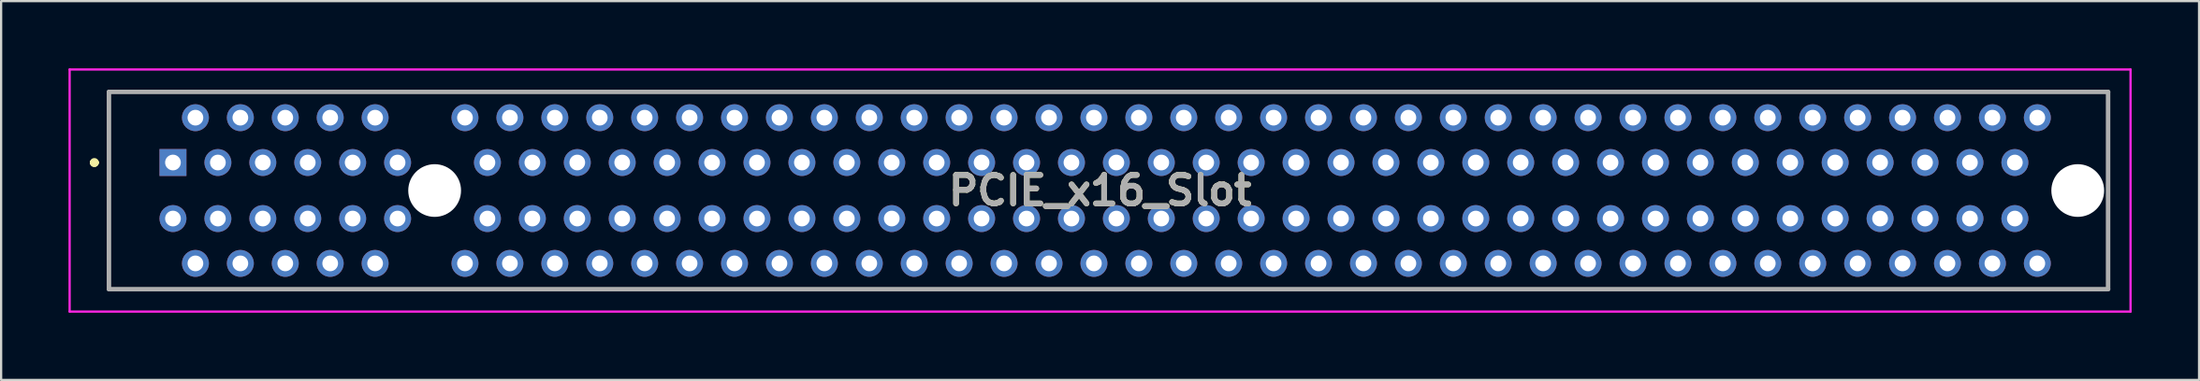
<source format=kicad_pcb>
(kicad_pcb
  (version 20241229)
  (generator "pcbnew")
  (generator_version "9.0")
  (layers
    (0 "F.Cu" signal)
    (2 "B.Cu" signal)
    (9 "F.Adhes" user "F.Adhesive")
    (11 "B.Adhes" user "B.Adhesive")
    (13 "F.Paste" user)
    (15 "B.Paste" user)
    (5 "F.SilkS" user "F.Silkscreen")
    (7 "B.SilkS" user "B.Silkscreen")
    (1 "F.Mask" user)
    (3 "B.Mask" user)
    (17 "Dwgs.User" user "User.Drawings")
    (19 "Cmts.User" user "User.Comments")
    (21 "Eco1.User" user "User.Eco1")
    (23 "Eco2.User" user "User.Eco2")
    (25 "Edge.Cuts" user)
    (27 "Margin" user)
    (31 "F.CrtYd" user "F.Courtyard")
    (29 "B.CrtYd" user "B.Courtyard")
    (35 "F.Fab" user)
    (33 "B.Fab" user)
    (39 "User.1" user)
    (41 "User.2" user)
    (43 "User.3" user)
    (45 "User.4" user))
  (footprint "PCIE_x16_Slot"
    (layer "F.Cu")
    (at 4.65 4.2)
    (property "Reference" "PCIE_x16_Slot" (at 41.275 1.25 0) (layer "F.SilkS") (effects (font (size 1.27 1.27) (thickness 0.254))))
    (attr through_hole)
    (fp_line (start -3.6 0) (end -3.6 0) (stroke (width 0.2) (type solid)) (layer "F.SilkS"))
    (fp_line (start -3.6 0) (end -3.6 0) (stroke (width 0.2) (type solid)) (layer "F.SilkS"))
    (fp_line (start -3.4 0) (end -3.4 0) (stroke (width 0.2) (type solid)) (layer "F.SilkS"))
    (fp_line (start -2.85 -3.15) (end -2.85 -3.15) (stroke (width 0.1) (type solid)) (layer "F.SilkS"))
    (fp_line (start -2.85 -3.15) (end -2.85 -3.15) (stroke (width 0.1) (type solid)) (layer "F.SilkS"))
    (fp_line (start -2.85 -3.15) (end -2.85 5.65) (stroke (width 0.1) (type solid)) (layer "F.SilkS"))
    (fp_line (start -2.85 -3.15) (end 86.15 -3.15) (stroke (width 0.1) (type solid)) (layer "F.SilkS"))
    (fp_line (start -2.85 5.65) (end -2.85 -3.15) (stroke (width 0.1) (type solid)) (layer "F.SilkS"))
    (fp_line (start -2.85 5.65) (end -2.85 5.65) (stroke (width 0.1) (type solid)) (layer "F.SilkS"))
    (fp_line (start -2.85 5.65) (end -2.85 5.65) (stroke (width 0.1) (type solid)) (layer "F.SilkS"))
    (fp_line (start -2.85 5.65) (end 86.15 5.65) (stroke (width 0.1) (type solid)) (layer "F.SilkS"))
    (fp_line (start 86.15 -3.15) (end -2.85 -3.15) (stroke (width 0.1) (type solid)) (layer "F.SilkS"))
    (fp_line (start 86.15 -3.15) (end 86.15 -3.15) (stroke (width 0.1) (type solid)) (layer "F.SilkS"))
    (fp_line (start 86.15 -3.15) (end 86.15 -3.15) (stroke (width 0.1) (type solid)) (layer "F.SilkS"))
    (fp_line (start 86.15 -3.15) (end 86.15 0.25) (stroke (width 0.1) (type solid)) (layer "F.SilkS"))
    (fp_line (start 86.15 0.25) (end 86.15 -3.15) (stroke (width 0.1) (type solid)) (layer "F.SilkS"))
    (fp_line (start 86.15 0.25) (end 86.15 0.25) (stroke (width 0.1) (type solid)) (layer "F.SilkS"))
    (fp_line (start 86.15 2.25) (end 86.15 2.25) (stroke (width 0.1) (type solid)) (layer "F.SilkS"))
    (fp_line (start 86.15 2.25) (end 86.15 5.65) (stroke (width 0.1) (type solid)) (layer "F.SilkS"))
    (fp_line (start 86.15 5.65) (end -2.85 5.65) (stroke (width 0.1) (type solid)) (layer "F.SilkS"))
    (fp_line (start 86.15 5.65) (end 86.15 2.25) (stroke (width 0.1) (type solid)) (layer "F.SilkS"))
    (fp_line (start 86.15 5.65) (end 86.15 5.65) (stroke (width 0.1) (type solid)) (layer "F.SilkS"))
    (fp_line (start 86.15 5.65) (end 86.15 5.65) (stroke (width 0.1) (type solid)) (layer "F.SilkS"))
    (fp_arc (start -3.6 0) (mid -3.5 -0.1) (end -3.4 0) (stroke (width 0.2) (type solid)) (layer "F.SilkS"))
    (fp_arc (start -3.4 0) (mid -3.5 0.1) (end -3.6 0) (stroke (width 0.2) (type solid)) (layer "F.SilkS"))
    (fp_arc (start -3.4 0) (mid -3.5 0.1) (end -3.6 0) (stroke (width 0.2) (type solid)) (layer "F.SilkS"))
    (fp_line (start -4.6 -4.15) (end 87.15 -4.15) (stroke (width 0.1) (type solid)) (layer "F.CrtYd"))
    (fp_line (start -4.6 6.65) (end -4.6 -4.15) (stroke (width 0.1) (type solid)) (layer "F.CrtYd"))
    (fp_line (start 87.15 -4.15) (end 87.15 6.65) (stroke (width 0.1) (type solid)) (layer "F.CrtYd"))
    (fp_line (start 87.15 6.65) (end -4.6 6.65) (stroke (width 0.1) (type solid)) (layer "F.CrtYd"))
    (fp_line (start -2.85 -3.15) (end -2.85 5.65) (stroke (width 0.2) (type solid)) (layer "F.Fab"))
    (fp_line (start -2.85 5.65) (end 86.15 5.65) (stroke (width 0.2) (type solid)) (layer "F.Fab"))
    (fp_line (start 86.15 -3.15) (end -2.85 -3.15) (stroke (width 0.2) (type solid)) (layer "F.Fab"))
    (fp_line (start 86.15 5.65) (end 86.15 -3.15) (stroke (width 0.2) (type solid)) (layer "F.Fab"))
    (fp_text user "${REFERENCE}" (at 41.275 1.25 0) (layer "F.Fab") (effects (font (size 1.27 1.27) (thickness 0.254))))
    (pad "" np_thru_hole circle (at 11.65 1.25) (size 2.35 2.35) (drill 2.35) (layers "*.Cu" "*.Mask"))
    (pad "" np_thru_hole circle (at 84.8 1.25) (size 2.35 2.35) (drill 2.35) (layers "*.Cu" "*.Mask"))
    (pad "A1" thru_hole rect (at 0 0) (size 1.2 1.2) (drill 0.7) (layers "*.Cu" "*.Mask"))
    (pad "A2" thru_hole circle (at 1 -2) (size 1.2 1.2) (drill 0.7) (layers "*.Cu" "*.Mask"))
    (pad "A3" thru_hole circle (at 2 0) (size 1.2 1.2) (drill 0.7) (layers "*.Cu" "*.Mask"))
    (pad "A4" thru_hole circle (at 3 -2) (size 1.2 1.2) (drill 0.7) (layers "*.Cu" "*.Mask"))
    (pad "A5" thru_hole circle (at 4 0) (size 1.2 1.2) (drill 0.7) (layers "*.Cu" "*.Mask"))
    (pad "A6" thru_hole circle (at 5 -2) (size 1.2 1.2) (drill 0.7) (layers "*.Cu" "*.Mask"))
    (pad "A7" thru_hole circle (at 6 0) (size 1.2 1.2) (drill 0.7) (layers "*.Cu" "*.Mask"))
    (pad "A8" thru_hole circle (at 7 -2) (size 1.2 1.2) (drill 0.7) (layers "*.Cu" "*.Mask"))
    (pad "A9" thru_hole circle (at 8 0) (size 1.2 1.2) (drill 0.7) (layers "*.Cu" "*.Mask"))
    (pad "A10" thru_hole circle (at 9 -2) (size 1.2 1.2) (drill 0.7) (layers "*.Cu" "*.Mask"))
    (pad "A11" thru_hole circle (at 10 0) (size 1.2 1.2) (drill 0.7) (layers "*.Cu" "*.Mask"))
    (pad "A12" thru_hole circle (at 13 -2) (size 1.2 1.2) (drill 0.7) (layers "*.Cu" "*.Mask"))
    (pad "A13" thru_hole circle (at 14 0) (size 1.2 1.2) (drill 0.7) (layers "*.Cu" "*.Mask"))
    (pad "A14" thru_hole circle (at 15 -2) (size 1.2 1.2) (drill 0.7) (layers "*.Cu" "*.Mask"))
    (pad "A15" thru_hole circle (at 16 0) (size 1.2 1.2) (drill 0.7) (layers "*.Cu" "*.Mask"))
    (pad "A16" thru_hole circle (at 17 -2) (size 1.2 1.2) (drill 0.7) (layers "*.Cu" "*.Mask"))
    (pad "A17" thru_hole circle (at 18 0) (size 1.2 1.2) (drill 0.7) (layers "*.Cu" "*.Mask"))
    (pad "A18" thru_hole circle (at 19 -2) (size 1.2 1.2) (drill 0.7) (layers "*.Cu" "*.Mask"))
    (pad "A19" thru_hole circle (at 20 0) (size 1.2 1.2) (drill 0.7) (layers "*.Cu" "*.Mask"))
    (pad "A20" thru_hole circle (at 21 -2) (size 1.2 1.2) (drill 0.7) (layers "*.Cu" "*.Mask"))
    (pad "A21" thru_hole circle (at 22 0) (size 1.2 1.2) (drill 0.7) (layers "*.Cu" "*.Mask"))
    (pad "A22" thru_hole circle (at 23 -2) (size 1.2 1.2) (drill 0.7) (layers "*.Cu" "*.Mask"))
    (pad "A23" thru_hole circle (at 24 0) (size 1.2 1.2) (drill 0.7) (layers "*.Cu" "*.Mask"))
    (pad "A24" thru_hole circle (at 25 -2) (size 1.2 1.2) (drill 0.7) (layers "*.Cu" "*.Mask"))
    (pad "A25" thru_hole circle (at 26 0) (size 1.2 1.2) (drill 0.7) (layers "*.Cu" "*.Mask"))
    (pad "A26" thru_hole circle (at 27 -2) (size 1.2 1.2) (drill 0.7) (layers "*.Cu" "*.Mask"))
    (pad "A27" thru_hole circle (at 28 0) (size 1.2 1.2) (drill 0.7) (layers "*.Cu" "*.Mask"))
    (pad "A28" thru_hole circle (at 29 -2) (size 1.2 1.2) (drill 0.7) (layers "*.Cu" "*.Mask"))
    (pad "A29" thru_hole circle (at 30 0) (size 1.2 1.2) (drill 0.7) (layers "*.Cu" "*.Mask"))
    (pad "A30" thru_hole circle (at 31 -2) (size 1.2 1.2) (drill 0.7) (layers "*.Cu" "*.Mask"))
    (pad "A31" thru_hole circle (at 32 0) (size 1.2 1.2) (drill 0.7) (layers "*.Cu" "*.Mask"))
    (pad "A32" thru_hole circle (at 33 -2) (size 1.2 1.2) (drill 0.7) (layers "*.Cu" "*.Mask"))
    (pad "A33" thru_hole circle (at 34 0) (size 1.2 1.2) (drill 0.7) (layers "*.Cu" "*.Mask"))
    (pad "A34" thru_hole circle (at 35 -2) (size 1.2 1.2) (drill 0.7) (layers "*.Cu" "*.Mask"))
    (pad "A35" thru_hole circle (at 36 0) (size 1.2 1.2) (drill 0.7) (layers "*.Cu" "*.Mask"))
    (pad "A36" thru_hole circle (at 37 -2) (size 1.2 1.2) (drill 0.7) (layers "*.Cu" "*.Mask"))
    (pad "A37" thru_hole circle (at 38 0) (size 1.2 1.2) (drill 0.7) (layers "*.Cu" "*.Mask"))
    (pad "A38" thru_hole circle (at 39 -2) (size 1.2 1.2) (drill 0.7) (layers "*.Cu" "*.Mask"))
    (pad "A39" thru_hole circle (at 40 0) (size 1.2 1.2) (drill 0.7) (layers "*.Cu" "*.Mask"))
    (pad "A40" thru_hole circle (at 41 -2) (size 1.2 1.2) (drill 0.7) (layers "*.Cu" "*.Mask"))
    (pad "A41" thru_hole circle (at 42 0) (size 1.2 1.2) (drill 0.7) (layers "*.Cu" "*.Mask"))
    (pad "A42" thru_hole circle (at 43 -2) (size 1.2 1.2) (drill 0.7) (layers "*.Cu" "*.Mask"))
    (pad "A43" thru_hole circle (at 44 0) (size 1.2 1.2) (drill 0.7) (layers "*.Cu" "*.Mask"))
    (pad "A44" thru_hole circle (at 45 -2) (size 1.2 1.2) (drill 0.7) (layers "*.Cu" "*.Mask"))
    (pad "A45" thru_hole circle (at 46 0) (size 1.2 1.2) (drill 0.7) (layers "*.Cu" "*.Mask"))
    (pad "A46" thru_hole circle (at 47 -2) (size 1.2 1.2) (drill 0.7) (layers "*.Cu" "*.Mask"))
    (pad "A47" thru_hole circle (at 48 0) (size 1.2 1.2) (drill 0.7) (layers "*.Cu" "*.Mask"))
    (pad "A48" thru_hole circle (at 49 -2) (size 1.2 1.2) (drill 0.7) (layers "*.Cu" "*.Mask"))
    (pad "A49" thru_hole circle (at 50 0) (size 1.2 1.2) (drill 0.7) (layers "*.Cu" "*.Mask"))
    (pad "A50" thru_hole circle (at 51 -2) (size 1.2 1.2) (drill 0.7) (layers "*.Cu" "*.Mask"))
    (pad "A51" thru_hole circle (at 52 0) (size 1.2 1.2) (drill 0.7) (layers "*.Cu" "*.Mask"))
    (pad "A52" thru_hole circle (at 53 -2) (size 1.2 1.2) (drill 0.7) (layers "*.Cu" "*.Mask"))
    (pad "A53" thru_hole circle (at 54 0) (size 1.2 1.2) (drill 0.7) (layers "*.Cu" "*.Mask"))
    (pad "A54" thru_hole circle (at 55 -2) (size 1.2 1.2) (drill 0.7) (layers "*.Cu" "*.Mask"))
    (pad "A55" thru_hole circle (at 56 0) (size 1.2 1.2) (drill 0.7) (layers "*.Cu" "*.Mask"))
    (pad "A56" thru_hole circle (at 57 -2) (size 1.2 1.2) (drill 0.7) (layers "*.Cu" "*.Mask"))
    (pad "A57" thru_hole circle (at 58 0) (size 1.2 1.2) (drill 0.7) (layers "*.Cu" "*.Mask"))
    (pad "A58" thru_hole circle (at 59 -2) (size 1.2 1.2) (drill 0.7) (layers "*.Cu" "*.Mask"))
    (pad "A59" thru_hole circle (at 60 0) (size 1.2 1.2) (drill 0.7) (layers "*.Cu" "*.Mask"))
    (pad "A60" thru_hole circle (at 61 -2) (size 1.2 1.2) (drill 0.7) (layers "*.Cu" "*.Mask"))
    (pad "A61" thru_hole circle (at 62 0) (size 1.2 1.2) (drill 0.7) (layers "*.Cu" "*.Mask"))
    (pad "A62" thru_hole circle (at 63 -2) (size 1.2 1.2) (drill 0.7) (layers "*.Cu" "*.Mask"))
    (pad "A63" thru_hole circle (at 64 0) (size 1.2 1.2) (drill 0.7) (layers "*.Cu" "*.Mask"))
    (pad "A64" thru_hole circle (at 65 -2) (size 1.2 1.2) (drill 0.7) (layers "*.Cu" "*.Mask"))
    (pad "A65" thru_hole circle (at 66 0) (size 1.2 1.2) (drill 0.7) (layers "*.Cu" "*.Mask"))
    (pad "A66" thru_hole circle (at 67 -2) (size 1.2 1.2) (drill 0.7) (layers "*.Cu" "*.Mask"))
    (pad "A67" thru_hole circle (at 68 0) (size 1.2 1.2) (drill 0.7) (layers "*.Cu" "*.Mask"))
    (pad "A68" thru_hole circle (at 69 -2) (size 1.2 1.2) (drill 0.7) (layers "*.Cu" "*.Mask"))
    (pad "A69" thru_hole circle (at 70 0) (size 1.2 1.2) (drill 0.7) (layers "*.Cu" "*.Mask"))
    (pad "A70" thru_hole circle (at 71 -2) (size 1.2 1.2) (drill 0.7) (layers "*.Cu" "*.Mask"))
    (pad "A71" thru_hole circle (at 72 0) (size 1.2 1.2) (drill 0.7) (layers "*.Cu" "*.Mask"))
    (pad "A72" thru_hole circle (at 73 -2) (size 1.2 1.2) (drill 0.7) (layers "*.Cu" "*.Mask"))
    (pad "A73" thru_hole circle (at 74 0) (size 1.2 1.2) (drill 0.7) (layers "*.Cu" "*.Mask"))
    (pad "A74" thru_hole circle (at 75 -2) (size 1.2 1.2) (drill 0.7) (layers "*.Cu" "*.Mask"))
    (pad "A75" thru_hole circle (at 76 0) (size 1.2 1.2) (drill 0.7) (layers "*.Cu" "*.Mask"))
    (pad "A76" thru_hole circle (at 77 -2) (size 1.2 1.2) (drill 0.7) (layers "*.Cu" "*.Mask"))
    (pad "A77" thru_hole circle (at 78 0) (size 1.2 1.2) (drill 0.7) (layers "*.Cu" "*.Mask"))
    (pad "A78" thru_hole circle (at 79 -2) (size 1.2 1.2) (drill 0.7) (layers "*.Cu" "*.Mask"))
    (pad "A79" thru_hole circle (at 80 0) (size 1.2 1.2) (drill 0.7) (layers "*.Cu" "*.Mask"))
    (pad "A80" thru_hole circle (at 81 -2) (size 1.2 1.2) (drill 0.7) (layers "*.Cu" "*.Mask"))
    (pad "A81" thru_hole circle (at 82 0) (size 1.2 1.2) (drill 0.7) (layers "*.Cu" "*.Mask"))
    (pad "A82" thru_hole circle (at 83 -2) (size 1.2 1.2) (drill 0.7) (layers "*.Cu" "*.Mask"))
    (pad "B1" thru_hole circle (at 0 2.5) (size 1.2 1.2) (drill 0.7) (layers "*.Cu" "*.Mask"))
    (pad "B2" thru_hole circle (at 1 4.5) (size 1.2 1.2) (drill 0.7) (layers "*.Cu" "*.Mask"))
    (pad "B3" thru_hole circle (at 2 2.5) (size 1.2 1.2) (drill 0.7) (layers "*.Cu" "*.Mask"))
    (pad "B4" thru_hole circle (at 3 4.5) (size 1.2 1.2) (drill 0.7) (layers "*.Cu" "*.Mask"))
    (pad "B5" thru_hole circle (at 4 2.5) (size 1.2 1.2) (drill 0.7) (layers "*.Cu" "*.Mask"))
    (pad "B6" thru_hole circle (at 5 4.5) (size 1.2 1.2) (drill 0.7) (layers "*.Cu" "*.Mask"))
    (pad "B7" thru_hole circle (at 6 2.5) (size 1.2 1.2) (drill 0.7) (layers "*.Cu" "*.Mask"))
    (pad "B8" thru_hole circle (at 7 4.5) (size 1.2 1.2) (drill 0.7) (layers "*.Cu" "*.Mask"))
    (pad "B9" thru_hole circle (at 8 2.5) (size 1.2 1.2) (drill 0.7) (layers "*.Cu" "*.Mask"))
    (pad "B10" thru_hole circle (at 9 4.5) (size 1.2 1.2) (drill 0.7) (layers "*.Cu" "*.Mask"))
    (pad "B11" thru_hole circle (at 10 2.5) (size 1.2 1.2) (drill 0.7) (layers "*.Cu" "*.Mask"))
    (pad "B12" thru_hole circle (at 13 4.5) (size 1.2 1.2) (drill 0.7) (layers "*.Cu" "*.Mask"))
    (pad "B13" thru_hole circle (at 14 2.5) (size 1.2 1.2) (drill 0.7) (layers "*.Cu" "*.Mask"))
    (pad "B14" thru_hole circle (at 15 4.5) (size 1.2 1.2) (drill 0.7) (layers "*.Cu" "*.Mask"))
    (pad "B15" thru_hole circle (at 16 2.5) (size 1.2 1.2) (drill 0.7) (layers "*.Cu" "*.Mask"))
    (pad "B16" thru_hole circle (at 17 4.5) (size 1.2 1.2) (drill 0.7) (layers "*.Cu" "*.Mask"))
    (pad "B17" thru_hole circle (at 18 2.5) (size 1.2 1.2) (drill 0.7) (layers "*.Cu" "*.Mask"))
    (pad "B18" thru_hole circle (at 19 4.5) (size 1.2 1.2) (drill 0.7) (layers "*.Cu" "*.Mask"))
    (pad "B19" thru_hole circle (at 20 2.5) (size 1.2 1.2) (drill 0.7) (layers "*.Cu" "*.Mask"))
    (pad "B20" thru_hole circle (at 21 4.5) (size 1.2 1.2) (drill 0.7) (layers "*.Cu" "*.Mask"))
    (pad "B21" thru_hole circle (at 22 2.5) (size 1.2 1.2) (drill 0.7) (layers "*.Cu" "*.Mask"))
    (pad "B22" thru_hole circle (at 23 4.5) (size 1.2 1.2) (drill 0.7) (layers "*.Cu" "*.Mask"))
    (pad "B23" thru_hole circle (at 24 2.5) (size 1.2 1.2) (drill 0.7) (layers "*.Cu" "*.Mask"))
    (pad "B24" thru_hole circle (at 25 4.5) (size 1.2 1.2) (drill 0.7) (layers "*.Cu" "*.Mask"))
    (pad "B25" thru_hole circle (at 26 2.5) (size 1.2 1.2) (drill 0.7) (layers "*.Cu" "*.Mask"))
    (pad "B26" thru_hole circle (at 27 4.5) (size 1.2 1.2) (drill 0.7) (layers "*.Cu" "*.Mask"))
    (pad "B27" thru_hole circle (at 28 2.5) (size 1.2 1.2) (drill 0.7) (layers "*.Cu" "*.Mask"))
    (pad "B28" thru_hole circle (at 29 4.5) (size 1.2 1.2) (drill 0.7) (layers "*.Cu" "*.Mask"))
    (pad "B29" thru_hole circle (at 30 2.5) (size 1.2 1.2) (drill 0.7) (layers "*.Cu" "*.Mask"))
    (pad "B30" thru_hole circle (at 31 4.5) (size 1.2 1.2) (drill 0.7) (layers "*.Cu" "*.Mask"))
    (pad "B31" thru_hole circle (at 32 2.5) (size 1.2 1.2) (drill 0.7) (layers "*.Cu" "*.Mask"))
    (pad "B32" thru_hole circle (at 33 4.5) (size 1.2 1.2) (drill 0.7) (layers "*.Cu" "*.Mask"))
    (pad "B33" thru_hole circle (at 34 2.5) (size 1.2 1.2) (drill 0.7) (layers "*.Cu" "*.Mask"))
    (pad "B34" thru_hole circle (at 35 4.5) (size 1.2 1.2) (drill 0.7) (layers "*.Cu" "*.Mask"))
    (pad "B35" thru_hole circle (at 36 2.5) (size 1.2 1.2) (drill 0.7) (layers "*.Cu" "*.Mask"))
    (pad "B36" thru_hole circle (at 37 4.5) (size 1.2 1.2) (drill 0.7) (layers "*.Cu" "*.Mask"))
    (pad "B37" thru_hole circle (at 38 2.5) (size 1.2 1.2) (drill 0.7) (layers "*.Cu" "*.Mask"))
    (pad "B38" thru_hole circle (at 39 4.5) (size 1.2 1.2) (drill 0.7) (layers "*.Cu" "*.Mask"))
    (pad "B39" thru_hole circle (at 40 2.5) (size 1.2 1.2) (drill 0.7) (layers "*.Cu" "*.Mask"))
    (pad "B40" thru_hole circle (at 41 4.5) (size 1.2 1.2) (drill 0.7) (layers "*.Cu" "*.Mask"))
    (pad "B41" thru_hole circle (at 42 2.5) (size 1.2 1.2) (drill 0.7) (layers "*.Cu" "*.Mask"))
    (pad "B42" thru_hole circle (at 43 4.5) (size 1.2 1.2) (drill 0.7) (layers "*.Cu" "*.Mask"))
    (pad "B43" thru_hole circle (at 44 2.5) (size 1.2 1.2) (drill 0.7) (layers "*.Cu" "*.Mask"))
    (pad "B44" thru_hole circle (at 45 4.5) (size 1.2 1.2) (drill 0.7) (layers "*.Cu" "*.Mask"))
    (pad "B45" thru_hole circle (at 46 2.5) (size 1.2 1.2) (drill 0.7) (layers "*.Cu" "*.Mask"))
    (pad "B46" thru_hole circle (at 47 4.5) (size 1.2 1.2) (drill 0.7) (layers "*.Cu" "*.Mask"))
    (pad "B47" thru_hole circle (at 48 2.5) (size 1.2 1.2) (drill 0.7) (layers "*.Cu" "*.Mask"))
    (pad "B48" thru_hole circle (at 49 4.5) (size 1.2 1.2) (drill 0.7) (layers "*.Cu" "*.Mask"))
    (pad "B49" thru_hole circle (at 50 2.5) (size 1.2 1.2) (drill 0.7) (layers "*.Cu" "*.Mask"))
    (pad "B50" thru_hole circle (at 51 4.5) (size 1.2 1.2) (drill 0.7) (layers "*.Cu" "*.Mask"))
    (pad "B51" thru_hole circle (at 52 2.5) (size 1.2 1.2) (drill 0.7) (layers "*.Cu" "*.Mask"))
    (pad "B52" thru_hole circle (at 53 4.5) (size 1.2 1.2) (drill 0.7) (layers "*.Cu" "*.Mask"))
    (pad "B53" thru_hole circle (at 54 2.5) (size 1.2 1.2) (drill 0.7) (layers "*.Cu" "*.Mask"))
    (pad "B54" thru_hole circle (at 55 4.5) (size 1.2 1.2) (drill 0.7) (layers "*.Cu" "*.Mask"))
    (pad "B55" thru_hole circle (at 56 2.5) (size 1.2 1.2) (drill 0.7) (layers "*.Cu" "*.Mask"))
    (pad "B56" thru_hole circle (at 57 4.5) (size 1.2 1.2) (drill 0.7) (layers "*.Cu" "*.Mask"))
    (pad "B57" thru_hole circle (at 58 2.5) (size 1.2 1.2) (drill 0.7) (layers "*.Cu" "*.Mask"))
    (pad "B58" thru_hole circle (at 59 4.5) (size 1.2 1.2) (drill 0.7) (layers "*.Cu" "*.Mask"))
    (pad "B59" thru_hole circle (at 60 2.5) (size 1.2 1.2) (drill 0.7) (layers "*.Cu" "*.Mask"))
    (pad "B60" thru_hole circle (at 61 4.5) (size 1.2 1.2) (drill 0.7) (layers "*.Cu" "*.Mask"))
    (pad "B61" thru_hole circle (at 62 2.5) (size 1.2 1.2) (drill 0.7) (layers "*.Cu" "*.Mask"))
    (pad "B62" thru_hole circle (at 63 4.5) (size 1.2 1.2) (drill 0.7) (layers "*.Cu" "*.Mask"))
    (pad "B63" thru_hole circle (at 64 2.5) (size 1.2 1.2) (drill 0.7) (layers "*.Cu" "*.Mask"))
    (pad "B64" thru_hole circle (at 65 4.5) (size 1.2 1.2) (drill 0.7) (layers "*.Cu" "*.Mask"))
    (pad "B65" thru_hole circle (at 66 2.5) (size 1.2 1.2) (drill 0.7) (layers "*.Cu" "*.Mask"))
    (pad "B66" thru_hole circle (at 67 4.5) (size 1.2 1.2) (drill 0.7) (layers "*.Cu" "*.Mask"))
    (pad "B67" thru_hole circle (at 68 2.5) (size 1.2 1.2) (drill 0.7) (layers "*.Cu" "*.Mask"))
    (pad "B68" thru_hole circle (at 69 4.5) (size 1.2 1.2) (drill 0.7) (layers "*.Cu" "*.Mask"))
    (pad "B69" thru_hole circle (at 70 2.5) (size 1.2 1.2) (drill 0.7) (layers "*.Cu" "*.Mask"))
    (pad "B70" thru_hole circle (at 71 4.5) (size 1.2 1.2) (drill 0.7) (layers "*.Cu" "*.Mask"))
    (pad "B71" thru_hole circle (at 72 2.5) (size 1.2 1.2) (drill 0.7) (layers "*.Cu" "*.Mask"))
    (pad "B72" thru_hole circle (at 73 4.5) (size 1.2 1.2) (drill 0.7) (layers "*.Cu" "*.Mask"))
    (pad "B73" thru_hole circle (at 74 2.5) (size 1.2 1.2) (drill 0.7) (layers "*.Cu" "*.Mask"))
    (pad "B74" thru_hole circle (at 75 4.5) (size 1.2 1.2) (drill 0.7) (layers "*.Cu" "*.Mask"))
    (pad "B75" thru_hole circle (at 76 2.5) (size 1.2 1.2) (drill 0.7) (layers "*.Cu" "*.Mask"))
    (pad "B76" thru_hole circle (at 77 4.5) (size 1.2 1.2) (drill 0.7) (layers "*.Cu" "*.Mask"))
    (pad "B77" thru_hole circle (at 78 2.5) (size 1.2 1.2) (drill 0.7) (layers "*.Cu" "*.Mask"))
    (pad "B78" thru_hole circle (at 79 4.5) (size 1.2 1.2) (drill 0.7) (layers "*.Cu" "*.Mask"))
    (pad "B79" thru_hole circle (at 80 2.5) (size 1.2 1.2) (drill 0.7) (layers "*.Cu" "*.Mask"))
    (pad "B80" thru_hole circle (at 81 4.5) (size 1.2 1.2) (drill 0.7) (layers "*.Cu" "*.Mask"))
    (pad "B81" thru_hole circle (at 82 2.5) (size 1.2 1.2) (drill 0.7) (layers "*.Cu" "*.Mask"))
    (pad "B82" thru_hole circle (at 83 4.5) (size 1.2 1.2) (drill 0.7) (layers "*.Cu" "*.Mask")))
  (gr_rect
    (start -3 -3)
    (end 94.85 13.9)
    (stroke (width 0.1) (type default))
    (fill no)
    (layer "Edge.Cuts")))
</source>
